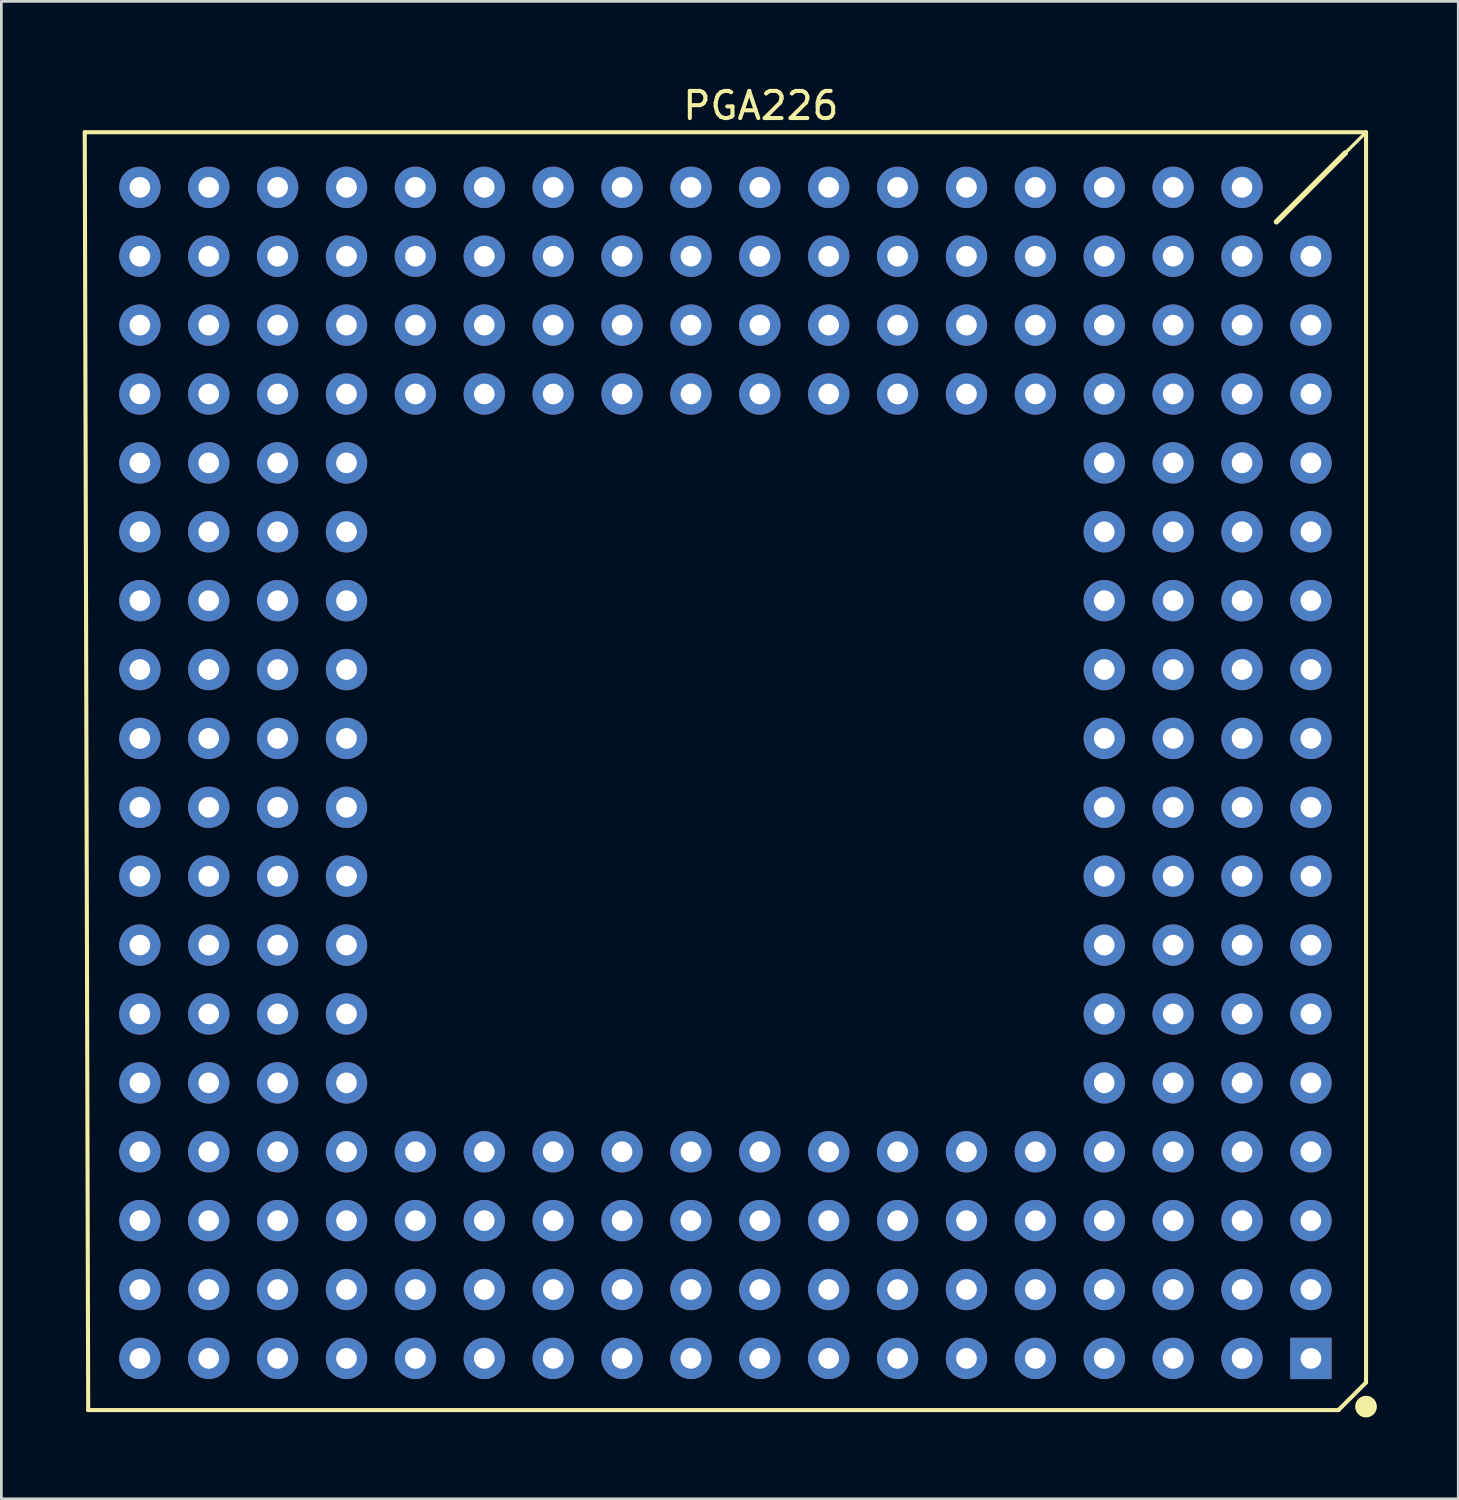
<source format=kicad_pcb>
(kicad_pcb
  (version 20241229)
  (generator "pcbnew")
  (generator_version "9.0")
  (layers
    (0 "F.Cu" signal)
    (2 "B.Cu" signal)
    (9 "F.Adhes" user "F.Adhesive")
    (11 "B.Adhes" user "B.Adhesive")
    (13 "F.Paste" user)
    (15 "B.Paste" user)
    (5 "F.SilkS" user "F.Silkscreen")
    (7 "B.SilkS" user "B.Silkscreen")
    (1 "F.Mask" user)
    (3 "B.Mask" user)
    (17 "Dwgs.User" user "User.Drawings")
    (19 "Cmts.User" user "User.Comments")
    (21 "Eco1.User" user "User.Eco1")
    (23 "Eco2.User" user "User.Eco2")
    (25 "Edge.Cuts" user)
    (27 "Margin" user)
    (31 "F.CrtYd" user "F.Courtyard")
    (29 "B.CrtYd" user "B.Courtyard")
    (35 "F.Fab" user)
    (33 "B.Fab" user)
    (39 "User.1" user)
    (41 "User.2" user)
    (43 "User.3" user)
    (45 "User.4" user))
  (footprint "PGA226"
    (layer "F.Cu")
    (at 22.427 8.938)
    (property "Reference" "PGA226" (at 2.578 -8.09 0) (layer "F.SilkS") (effects (font (size 1 1) (thickness 0.15))))
    (attr through_hole exclude_from_pos_files)
    (fp_line (start -22.225 40.005) (end -22.352 -7.112) (stroke (width 0.15) (type solid)) (layer "F.SilkS"))
    (fp_line (start 21.59 -3.81) (end 24.892 -7.112) (stroke (width 0.12) (type solid)) (layer "F.SilkS"))
    (fp_line (start 23.876 40.005) (end -22.225 40.005) (stroke (width 0.15) (type solid)) (layer "F.SilkS"))
    (fp_line (start 23.876 40.005) (end 24.892 38.989) (stroke (width 0.15) (type solid)) (layer "F.SilkS"))
    (fp_line (start 24.13 -6.35) (end 21.59 -3.81) (stroke (width 0.2) (type solid)) (layer "F.SilkS"))
    (fp_line (start 24.892 -7.112) (end -22.352 -7.112) (stroke (width 0.15) (type solid)) (layer "F.SilkS"))
    (fp_line (start 24.892 38.989) (end 24.892 -7.112) (stroke (width 0.15) (type solid)) (layer "F.SilkS"))
    (fp_circle (center 24.892 39.878) (end 25.092 39.878) (stroke (width 0.4) (type solid)) (fill no) (layer "F.SilkS"))
    (pad "0" thru_hole circle (at -10.16 30.48) (size 1.524 1.524) (drill 0.762) (layers "*.Cu" "*.Mask"))
    (pad "0" thru_hole circle (at -7.62 30.48) (size 1.524 1.524) (drill 0.762) (layers "*.Cu" "*.Mask"))
    (pad "0" thru_hole circle (at 12.7 30.48) (size 1.524 1.524) (drill 0.762) (layers "*.Cu" "*.Mask"))
    (pad "0" thru_hole circle (at 15.24 30.48) (size 1.524 1.524) (drill 0.762) (layers "*.Cu" "*.Mask"))
    (pad "1" thru_hole rect (at 22.86 38.1 180) (size 1.524 1.524) (drill 0.762) (layers "*.Cu" "*.Mask"))
    (pad "2" thru_hole circle (at 20.32 38.1 180) (size 1.524 1.524) (drill 0.762) (layers "*.Cu" "*.Mask"))
    (pad "3" thru_hole circle (at 17.78 38.1 180) (size 1.524 1.524) (drill 0.762) (layers "*.Cu" "*.Mask"))
    (pad "4" thru_hole circle (at 15.24 38.1 180) (size 1.524 1.524) (drill 0.762) (layers "*.Cu" "*.Mask"))
    (pad "5" thru_hole circle (at 12.7 38.1 180) (size 1.524 1.524) (drill 0.762) (layers "*.Cu" "*.Mask"))
    (pad "6" thru_hole circle (at 10.16 38.1 180) (size 1.524 1.524) (drill 0.762) (layers "*.Cu" "*.Mask"))
    (pad "7" thru_hole circle (at 7.62 38.1 180) (size 1.524 1.524) (drill 0.762) (layers "*.Cu" "*.Mask"))
    (pad "8" thru_hole circle (at 5.08 38.1 180) (size 1.524 1.524) (drill 0.762) (layers "*.Cu" "*.Mask"))
    (pad "9" thru_hole circle (at 2.54 38.1 180) (size 1.524 1.524) (drill 0.762) (layers "*.Cu" "*.Mask"))
    (pad "10" thru_hole circle (at 0 38.1 180) (size 1.524 1.524) (drill 0.762) (layers "*.Cu" "*.Mask"))
    (pad "11" thru_hole circle (at -2.54 38.1 180) (size 1.524 1.524) (drill 0.762) (layers "*.Cu" "*.Mask"))
    (pad "12" thru_hole circle (at -5.08 38.1 180) (size 1.524 1.524) (drill 0.762) (layers "*.Cu" "*.Mask"))
    (pad "13" thru_hole circle (at -7.62 38.1 180) (size 1.524 1.524) (drill 0.762) (layers "*.Cu" "*.Mask"))
    (pad "14" thru_hole circle (at -10.16 38.1 180) (size 1.524 1.524) (drill 0.762) (layers "*.Cu" "*.Mask"))
    (pad "15" thru_hole circle (at -12.7 38.1 180) (size 1.524 1.524) (drill 0.762) (layers "*.Cu" "*.Mask"))
    (pad "16" thru_hole circle (at -15.24 38.1 180) (size 1.524 1.524) (drill 0.762) (layers "*.Cu" "*.Mask"))
    (pad "17" thru_hole circle (at -17.78 38.1 180) (size 1.524 1.524) (drill 0.762) (layers "*.Cu" "*.Mask"))
    (pad "18" thru_hole circle (at -20.32 38.1 180) (size 1.524 1.524) (drill 0.762) (layers "*.Cu" "*.Mask"))
    (pad "19" thru_hole circle (at 22.86 35.56 180) (size 1.524 1.524) (drill 0.762) (layers "*.Cu" "*.Mask"))
    (pad "20" thru_hole circle (at -2.54 30.48) (size 1.524 1.524) (drill 0.762) (layers "*.Cu" "*.Mask"))
    (pad "20" thru_hole circle (at 2.54 30.48) (size 1.524 1.524) (drill 0.762) (layers "*.Cu" "*.Mask"))
    (pad "20" thru_hole circle (at 7.62 30.48) (size 1.524 1.524) (drill 0.762) (layers "*.Cu" "*.Mask"))
    (pad "20" thru_hole circle (at 10.16 30.48) (size 1.524 1.524) (drill 0.762) (layers "*.Cu" "*.Mask"))
    (pad "20" thru_hole circle (at 15.24 7.62) (size 1.524 1.524) (drill 0.762) (layers "*.Cu" "*.Mask"))
    (pad "20" thru_hole circle (at 15.24 10.16) (size 1.524 1.524) (drill 0.762) (layers "*.Cu" "*.Mask"))
    (pad "20" thru_hole circle (at 15.24 15.24) (size 1.524 1.524) (drill 0.762) (layers "*.Cu" "*.Mask"))
    (pad "20" thru_hole circle (at 20.32 35.56 180) (size 1.524 1.524) (drill 0.762) (layers "*.Cu" "*.Mask"))
    (pad "21" thru_hole circle (at 17.78 35.56 180) (size 1.524 1.524) (drill 0.762) (layers "*.Cu" "*.Mask"))
    (pad "22" thru_hole circle (at 15.24 35.56 180) (size 1.524 1.524) (drill 0.762) (layers "*.Cu" "*.Mask"))
    (pad "23" thru_hole circle (at 12.7 35.56 180) (size 1.524 1.524) (drill 0.762) (layers "*.Cu" "*.Mask"))
    (pad "24" thru_hole circle (at 10.16 35.56 180) (size 1.524 1.524) (drill 0.762) (layers "*.Cu" "*.Mask"))
    (pad "25" thru_hole circle (at 7.62 35.56 180) (size 1.524 1.524) (drill 0.762) (layers "*.Cu" "*.Mask"))
    (pad "26" thru_hole circle (at 5.08 35.56 180) (size 1.524 1.524) (drill 0.762) (layers "*.Cu" "*.Mask"))
    (pad "27" thru_hole circle (at 2.54 35.56 180) (size 1.524 1.524) (drill 0.762) (layers "*.Cu" "*.Mask"))
    (pad "28" thru_hole circle (at 0 35.56 180) (size 1.524 1.524) (drill 0.762) (layers "*.Cu" "*.Mask"))
    (pad "29" thru_hole circle (at -2.54 35.56 180) (size 1.524 1.524) (drill 0.762) (layers "*.Cu" "*.Mask"))
    (pad "30" thru_hole circle (at -5.08 35.56 180) (size 1.524 1.524) (drill 0.762) (layers "*.Cu" "*.Mask"))
    (pad "31" thru_hole circle (at -7.62 35.56 180) (size 1.524 1.524) (drill 0.762) (layers "*.Cu" "*.Mask"))
    (pad "32" thru_hole circle (at -10.16 35.56 180) (size 1.524 1.524) (drill 0.762) (layers "*.Cu" "*.Mask"))
    (pad "33" thru_hole circle (at -12.7 35.56 180) (size 1.524 1.524) (drill 0.762) (layers "*.Cu" "*.Mask"))
    (pad "34" thru_hole circle (at -15.24 35.56 180) (size 1.524 1.524) (drill 0.762) (layers "*.Cu" "*.Mask"))
    (pad "35" thru_hole circle (at -17.78 35.56 180) (size 1.524 1.524) (drill 0.762) (layers "*.Cu" "*.Mask"))
    (pad "36" thru_hole circle (at -20.32 35.56 180) (size 1.524 1.524) (drill 0.762) (layers "*.Cu" "*.Mask"))
    (pad "37" thru_hole circle (at 22.86 33.02 180) (size 1.524 1.524) (drill 0.762) (layers "*.Cu" "*.Mask"))
    (pad "38" thru_hole circle (at 20.32 33.02 180) (size 1.524 1.524) (drill 0.762) (layers "*.Cu" "*.Mask"))
    (pad "39" thru_hole circle (at 17.78 33.02 180) (size 1.524 1.524) (drill 0.762) (layers "*.Cu" "*.Mask"))
    (pad "40" thru_hole circle (at 15.24 33.02 180) (size 1.524 1.524) (drill 0.762) (layers "*.Cu" "*.Mask"))
    (pad "41" thru_hole circle (at 12.7 33.02 180) (size 1.524 1.524) (drill 0.762) (layers "*.Cu" "*.Mask"))
    (pad "42" thru_hole circle (at 10.16 33.02 180) (size 1.524 1.524) (drill 0.762) (layers "*.Cu" "*.Mask"))
    (pad "43" thru_hole circle (at 7.62 33.02 180) (size 1.524 1.524) (drill 0.762) (layers "*.Cu" "*.Mask"))
    (pad "44" thru_hole circle (at 5.08 33.02 180) (size 1.524 1.524) (drill 0.762) (layers "*.Cu" "*.Mask"))
    (pad "45" thru_hole circle (at 2.54 33.02 180) (size 1.524 1.524) (drill 0.762) (layers "*.Cu" "*.Mask"))
    (pad "46" thru_hole circle (at 0 33.02 180) (size 1.524 1.524) (drill 0.762) (layers "*.Cu" "*.Mask"))
    (pad "47" thru_hole circle (at -2.54 33.02 180) (size 1.524 1.524) (drill 0.762) (layers "*.Cu" "*.Mask"))
    (pad "48" thru_hole circle (at -5.08 33.02 180) (size 1.524 1.524) (drill 0.762) (layers "*.Cu" "*.Mask"))
    (pad "49" thru_hole circle (at -7.62 33.02 180) (size 1.524 1.524) (drill 0.762) (layers "*.Cu" "*.Mask"))
    (pad "50" thru_hole circle (at -10.16 33.02 180) (size 1.524 1.524) (drill 0.762) (layers "*.Cu" "*.Mask"))
    (pad "51" thru_hole circle (at -12.7 33.02 180) (size 1.524 1.524) (drill 0.762) (layers "*.Cu" "*.Mask"))
    (pad "52" thru_hole circle (at -15.24 33.02 180) (size 1.524 1.524) (drill 0.762) (layers "*.Cu" "*.Mask"))
    (pad "53" thru_hole circle (at -17.78 33.02 180) (size 1.524 1.524) (drill 0.762) (layers "*.Cu" "*.Mask"))
    (pad "54" thru_hole circle (at -20.32 33.02 180) (size 1.524 1.524) (drill 0.762) (layers "*.Cu" "*.Mask"))
    (pad "55" thru_hole circle (at 22.86 30.48 180) (size 1.524 1.524) (drill 0.762) (layers "*.Cu" "*.Mask"))
    (pad "56" thru_hole circle (at 20.32 30.48 180) (size 1.524 1.524) (drill 0.762) (layers "*.Cu" "*.Mask"))
    (pad "57" thru_hole circle (at 17.78 30.48 180) (size 1.524 1.524) (drill 0.762) (layers "*.Cu" "*.Mask"))
    (pad "58" thru_hole circle (at -15.24 30.48 180) (size 1.524 1.524) (drill 0.762) (layers "*.Cu" "*.Mask"))
    (pad "59" thru_hole circle (at -17.78 30.48 180) (size 1.524 1.524) (drill 0.762) (layers "*.Cu" "*.Mask"))
    (pad "60" thru_hole circle (at -20.32 30.48 180) (size 1.524 1.524) (drill 0.762) (layers "*.Cu" "*.Mask"))
    (pad "61" thru_hole circle (at 22.86 27.94 180) (size 1.524 1.524) (drill 0.762) (layers "*.Cu" "*.Mask"))
    (pad "62" thru_hole circle (at 20.32 27.94 180) (size 1.524 1.524) (drill 0.762) (layers "*.Cu" "*.Mask"))
    (pad "63" thru_hole circle (at 17.78 27.94 180) (size 1.524 1.524) (drill 0.762) (layers "*.Cu" "*.Mask"))
    (pad "64" thru_hole circle (at -15.24 27.94 180) (size 1.524 1.524) (drill 0.762) (layers "*.Cu" "*.Mask"))
    (pad "65" thru_hole circle (at -17.78 27.94 180) (size 1.524 1.524) (drill 0.762) (layers "*.Cu" "*.Mask"))
    (pad "66" thru_hole circle (at -20.32 27.94 180) (size 1.524 1.524) (drill 0.762) (layers "*.Cu" "*.Mask"))
    (pad "67" thru_hole circle (at 22.86 25.4 180) (size 1.524 1.524) (drill 0.762) (layers "*.Cu" "*.Mask"))
    (pad "68" thru_hole circle (at 20.32 25.4 180) (size 1.524 1.524) (drill 0.762) (layers "*.Cu" "*.Mask"))
    (pad "69" thru_hole circle (at 17.78 25.4 180) (size 1.524 1.524) (drill 0.762) (layers "*.Cu" "*.Mask"))
    (pad "70" thru_hole circle (at -15.24 25.4 180) (size 1.524 1.524) (drill 0.762) (layers "*.Cu" "*.Mask"))
    (pad "71" thru_hole circle (at -17.78 25.4 180) (size 1.524 1.524) (drill 0.762) (layers "*.Cu" "*.Mask"))
    (pad "72" thru_hole circle (at -20.32 25.4 180) (size 1.524 1.524) (drill 0.762) (layers "*.Cu" "*.Mask"))
    (pad "73" thru_hole circle (at 22.86 22.86 180) (size 1.524 1.524) (drill 0.762) (layers "*.Cu" "*.Mask"))
    (pad "74" thru_hole circle (at 20.32 22.86 180) (size 1.524 1.524) (drill 0.762) (layers "*.Cu" "*.Mask"))
    (pad "75" thru_hole circle (at 17.78 22.86 180) (size 1.524 1.524) (drill 0.762) (layers "*.Cu" "*.Mask"))
    (pad "76" thru_hole circle (at -15.24 22.86 180) (size 1.524 1.524) (drill 0.762) (layers "*.Cu" "*.Mask"))
    (pad "77" thru_hole circle (at -17.78 22.86 180) (size 1.524 1.524) (drill 0.762) (layers "*.Cu" "*.Mask"))
    (pad "78" thru_hole circle (at -20.32 22.86 180) (size 1.524 1.524) (drill 0.762) (layers "*.Cu" "*.Mask"))
    (pad "79" thru_hole circle (at 22.86 20.32 180) (size 1.524 1.524) (drill 0.762) (layers "*.Cu" "*.Mask"))
    (pad "80" thru_hole circle (at 20.32 20.32 180) (size 1.524 1.524) (drill 0.762) (layers "*.Cu" "*.Mask"))
    (pad "81" thru_hole circle (at 17.78 20.32 180) (size 1.524 1.524) (drill 0.762) (layers "*.Cu" "*.Mask"))
    (pad "82" thru_hole circle (at -15.24 20.32 180) (size 1.524 1.524) (drill 0.762) (layers "*.Cu" "*.Mask"))
    (pad "83" thru_hole circle (at -17.78 20.32 180) (size 1.524 1.524) (drill 0.762) (layers "*.Cu" "*.Mask"))
    (pad "84" thru_hole circle (at -20.32 20.32 180) (size 1.524 1.524) (drill 0.762) (layers "*.Cu" "*.Mask"))
    (pad "85" thru_hole circle (at 22.86 17.78 180) (size 1.524 1.524) (drill 0.762) (layers "*.Cu" "*.Mask"))
    (pad "86" thru_hole circle (at 20.32 17.78 180) (size 1.524 1.524) (drill 0.762) (layers "*.Cu" "*.Mask"))
    (pad "87" thru_hole circle (at 17.78 17.78 180) (size 1.524 1.524) (drill 0.762) (layers "*.Cu" "*.Mask"))
    (pad "88" thru_hole circle (at -15.24 17.78 180) (size 1.524 1.524) (drill 0.762) (layers "*.Cu" "*.Mask"))
    (pad "89" thru_hole circle (at -17.78 17.78 180) (size 1.524 1.524) (drill 0.762) (layers "*.Cu" "*.Mask"))
    (pad "90" thru_hole circle (at -20.32 17.78 180) (size 1.524 1.524) (drill 0.762) (layers "*.Cu" "*.Mask"))
    (pad "91" thru_hole circle (at 22.86 15.24 180) (size 1.524 1.524) (drill 0.762) (layers "*.Cu" "*.Mask"))
    (pad "92" thru_hole circle (at 20.32 15.24 180) (size 1.524 1.524) (drill 0.762) (layers "*.Cu" "*.Mask"))
    (pad "93" thru_hole circle (at 17.78 15.24 180) (size 1.524 1.524) (drill 0.762) (layers "*.Cu" "*.Mask"))
    (pad "94" thru_hole circle (at -15.24 15.24 180) (size 1.524 1.524) (drill 0.762) (layers "*.Cu" "*.Mask"))
    (pad "95" thru_hole circle (at -17.78 15.24 180) (size 1.524 1.524) (drill 0.762) (layers "*.Cu" "*.Mask"))
    (pad "96" thru_hole circle (at -20.32 15.24 180) (size 1.524 1.524) (drill 0.762) (layers "*.Cu" "*.Mask"))
    (pad "97" thru_hole circle (at 22.86 12.7 180) (size 1.524 1.524) (drill 0.762) (layers "*.Cu" "*.Mask"))
    (pad "98" thru_hole circle (at 20.32 12.7 180) (size 1.524 1.524) (drill 0.762) (layers "*.Cu" "*.Mask"))
    (pad "99" thru_hole circle (at 17.78 12.7 180) (size 1.524 1.524) (drill 0.762) (layers "*.Cu" "*.Mask"))
    (pad "100" thru_hole circle (at -15.24 12.7 180) (size 1.524 1.524) (drill 0.762) (layers "*.Cu" "*.Mask"))
    (pad "101" thru_hole circle (at -17.78 12.7 180) (size 1.524 1.524) (drill 0.762) (layers "*.Cu" "*.Mask"))
    (pad "102" thru_hole circle (at -20.32 12.7 180) (size 1.524 1.524) (drill 0.762) (layers "*.Cu" "*.Mask"))
    (pad "103" thru_hole circle (at 22.86 10.16 180) (size 1.524 1.524) (drill 0.762) (layers "*.Cu" "*.Mask"))
    (pad "104" thru_hole circle (at 20.32 10.16 180) (size 1.524 1.524) (drill 0.762) (layers "*.Cu" "*.Mask"))
    (pad "105" thru_hole circle (at 17.78 10.16 180) (size 1.524 1.524) (drill 0.762) (layers "*.Cu" "*.Mask"))
    (pad "106" thru_hole circle (at -15.24 10.16 180) (size 1.524 1.524) (drill 0.762) (layers "*.Cu" "*.Mask"))
    (pad "107" thru_hole circle (at -17.78 10.16 180) (size 1.524 1.524) (drill 0.762) (layers "*.Cu" "*.Mask"))
    (pad "108" thru_hole circle (at -20.32 10.16 180) (size 1.524 1.524) (drill 0.762) (layers "*.Cu" "*.Mask"))
    (pad "109" thru_hole circle (at 22.86 7.62 180) (size 1.524 1.524) (drill 0.762) (layers "*.Cu" "*.Mask"))
    (pad "110" thru_hole circle (at 20.32 7.62 180) (size 1.524 1.524) (drill 0.762) (layers "*.Cu" "*.Mask"))
    (pad "111" thru_hole circle (at 17.78 7.62 180) (size 1.524 1.524) (drill 0.762) (layers "*.Cu" "*.Mask"))
    (pad "112" thru_hole circle (at -15.24 7.62 180) (size 1.524 1.524) (drill 0.762) (layers "*.Cu" "*.Mask"))
    (pad "113" thru_hole circle (at -17.78 7.62 180) (size 1.524 1.524) (drill 0.762) (layers "*.Cu" "*.Mask"))
    (pad "114" thru_hole circle (at -20.32 7.62 180) (size 1.524 1.524) (drill 0.762) (layers "*.Cu" "*.Mask"))
    (pad "115" thru_hole circle (at 22.86 5.08 180) (size 1.524 1.524) (drill 0.762) (layers "*.Cu" "*.Mask"))
    (pad "116" thru_hole circle (at 20.32 5.08 180) (size 1.524 1.524) (drill 0.762) (layers "*.Cu" "*.Mask"))
    (pad "117" thru_hole circle (at 17.78 5.08 180) (size 1.524 1.524) (drill 0.762) (layers "*.Cu" "*.Mask"))
    (pad "118" thru_hole circle (at -15.24 5.08 180) (size 1.524 1.524) (drill 0.762) (layers "*.Cu" "*.Mask"))
    (pad "119" thru_hole circle (at -17.78 5.08 180) (size 1.524 1.524) (drill 0.762) (layers "*.Cu" "*.Mask"))
    (pad "120" thru_hole circle (at -20.32 5.08 180) (size 1.524 1.524) (drill 0.762) (layers "*.Cu" "*.Mask"))
    (pad "121" thru_hole circle (at 22.86 2.54 180) (size 1.524 1.524) (drill 0.762) (layers "*.Cu" "*.Mask"))
    (pad "122" thru_hole circle (at 20.32 2.54 180) (size 1.524 1.524) (drill 0.762) (layers "*.Cu" "*.Mask"))
    (pad "123" thru_hole circle (at 17.78 2.54 180) (size 1.524 1.524) (drill 0.762) (layers "*.Cu" "*.Mask"))
    (pad "124" thru_hole circle (at -15.24 2.54 180) (size 1.524 1.524) (drill 0.762) (layers "*.Cu" "*.Mask"))
    (pad "125" thru_hole circle (at -17.78 2.54 180) (size 1.524 1.524) (drill 0.762) (layers "*.Cu" "*.Mask"))
    (pad "126" thru_hole circle (at -20.32 2.54 180) (size 1.524 1.524) (drill 0.762) (layers "*.Cu" "*.Mask"))
    (pad "127" thru_hole circle (at 22.86 0 180) (size 1.524 1.524) (drill 0.762) (layers "*.Cu" "*.Mask"))
    (pad "128" thru_hole circle (at 20.32 0 180) (size 1.524 1.524) (drill 0.762) (layers "*.Cu" "*.Mask"))
    (pad "129" thru_hole circle (at 17.78 0 180) (size 1.524 1.524) (drill 0.762) (layers "*.Cu" "*.Mask"))
    (pad "130" thru_hole circle (at 15.24 0 180) (size 1.524 1.524) (drill 0.762) (layers "*.Cu" "*.Mask"))
    (pad "131" thru_hole circle (at 12.7 0 180) (size 1.524 1.524) (drill 0.762) (layers "*.Cu" "*.Mask"))
    (pad "132" thru_hole circle (at 10.16 0 180) (size 1.524 1.524) (drill 0.762) (layers "*.Cu" "*.Mask"))
    (pad "133" thru_hole circle (at 7.62 0 180) (size 1.524 1.524) (drill 0.762) (layers "*.Cu" "*.Mask"))
    (pad "134" thru_hole circle (at 5.08 0 180) (size 1.524 1.524) (drill 0.762) (layers "*.Cu" "*.Mask"))
    (pad "135" thru_hole circle (at 2.54 0 180) (size 1.524 1.524) (drill 0.762) (layers "*.Cu" "*.Mask"))
    (pad "136" thru_hole circle (at 0 0 180) (size 1.524 1.524) (drill 0.762) (layers "*.Cu" "*.Mask"))
    (pad "137" thru_hole circle (at -2.54 0 180) (size 1.524 1.524) (drill 0.762) (layers "*.Cu" "*.Mask"))
    (pad "138" thru_hole circle (at -5.08 0 180) (size 1.524 1.524) (drill 0.762) (layers "*.Cu" "*.Mask"))
    (pad "139" thru_hole circle (at -7.62 0 180) (size 1.524 1.524) (drill 0.762) (layers "*.Cu" "*.Mask"))
    (pad "140" thru_hole circle (at -10.16 0 180) (size 1.524 1.524) (drill 0.762) (layers "*.Cu" "*.Mask"))
    (pad "141" thru_hole circle (at -12.7 0 180) (size 1.524 1.524) (drill 0.762) (layers "*.Cu" "*.Mask"))
    (pad "142" thru_hole circle (at -15.24 0 180) (size 1.524 1.524) (drill 0.762) (layers "*.Cu" "*.Mask"))
    (pad "143" thru_hole circle (at -17.78 0 180) (size 1.524 1.524) (drill 0.762) (layers "*.Cu" "*.Mask"))
    (pad "144" thru_hole circle (at -20.32 0 180) (size 1.524 1.524) (drill 0.762) (layers "*.Cu" "*.Mask"))
    (pad "145" thru_hole circle (at 22.86 -2.54 180) (size 1.524 1.524) (drill 0.762) (layers "*.Cu" "*.Mask"))
    (pad "146" thru_hole circle (at 20.32 -2.54 180) (size 1.524 1.524) (drill 0.762) (layers "*.Cu" "*.Mask"))
    (pad "147" thru_hole circle (at 17.78 -2.54 180) (size 1.524 1.524) (drill 0.762) (layers "*.Cu" "*.Mask"))
    (pad "148" thru_hole circle (at 15.24 -2.54 180) (size 1.524 1.524) (drill 0.762) (layers "*.Cu" "*.Mask"))
    (pad "149" thru_hole circle (at 12.7 -2.54 180) (size 1.524 1.524) (drill 0.762) (layers "*.Cu" "*.Mask"))
    (pad "150" thru_hole circle (at 10.16 -2.54 180) (size 1.524 1.524) (drill 0.762) (layers "*.Cu" "*.Mask"))
    (pad "151" thru_hole circle (at 7.62 -2.54 180) (size 1.524 1.524) (drill 0.762) (layers "*.Cu" "*.Mask"))
    (pad "152" thru_hole circle (at 5.08 -2.54 180) (size 1.524 1.524) (drill 0.762) (layers "*.Cu" "*.Mask"))
    (pad "153" thru_hole circle (at 2.54 -2.54 180) (size 1.524 1.524) (drill 0.762) (layers "*.Cu" "*.Mask"))
    (pad "154" thru_hole circle (at 0 -2.54 180) (size 1.524 1.524) (drill 0.762) (layers "*.Cu" "*.Mask"))
    (pad "155" thru_hole circle (at -2.54 -2.54 180) (size 1.524 1.524) (drill 0.762) (layers "*.Cu" "*.Mask"))
    (pad "156" thru_hole circle (at -5.08 -2.54 180) (size 1.524 1.524) (drill 0.762) (layers "*.Cu" "*.Mask"))
    (pad "157" thru_hole circle (at -7.62 -2.54 180) (size 1.524 1.524) (drill 0.762) (layers "*.Cu" "*.Mask"))
    (pad "158" thru_hole circle (at -10.16 -2.54 180) (size 1.524 1.524) (drill 0.762) (layers "*.Cu" "*.Mask"))
    (pad "159" thru_hole circle (at -12.7 -2.54 180) (size 1.524 1.524) (drill 0.762) (layers "*.Cu" "*.Mask"))
    (pad "160" thru_hole circle (at -15.24 -2.54 180) (size 1.524 1.524) (drill 0.762) (layers "*.Cu" "*.Mask"))
    (pad "161" thru_hole circle (at -17.78 -2.54 180) (size 1.524 1.524) (drill 0.762) (layers "*.Cu" "*.Mask"))
    (pad "162" thru_hole circle (at -20.32 -2.54 180) (size 1.524 1.524) (drill 0.762) (layers "*.Cu" "*.Mask"))
    (pad "163" thru_hole circle (at 20.32 -5.08 180) (size 1.524 1.524) (drill 0.762) (layers "*.Cu" "*.Mask"))
    (pad "164" thru_hole circle (at 17.78 -5.08 180) (size 1.524 1.524) (drill 0.762) (layers "*.Cu" "*.Mask"))
    (pad "165" thru_hole circle (at 15.24 -5.08 180) (size 1.524 1.524) (drill 0.762) (layers "*.Cu" "*.Mask"))
    (pad "166" thru_hole circle (at 12.7 -5.08 180) (size 1.524 1.524) (drill 0.762) (layers "*.Cu" "*.Mask"))
    (pad "167" thru_hole circle (at 10.16 -5.08 180) (size 1.524 1.524) (drill 0.762) (layers "*.Cu" "*.Mask"))
    (pad "168" thru_hole circle (at 7.62 -5.08 180) (size 1.524 1.524) (drill 0.762) (layers "*.Cu" "*.Mask"))
    (pad "169" thru_hole circle (at 5.08 -5.08 180) (size 1.524 1.524) (drill 0.762) (layers "*.Cu" "*.Mask"))
    (pad "170" thru_hole circle (at 2.54 -5.08 180) (size 1.524 1.524) (drill 0.762) (layers "*.Cu" "*.Mask"))
    (pad "171" thru_hole circle (at 0 -5.08 180) (size 1.524 1.524) (drill 0.762) (layers "*.Cu" "*.Mask"))
    (pad "172" thru_hole circle (at -2.54 -5.08 180) (size 1.524 1.524) (drill 0.762) (layers "*.Cu" "*.Mask"))
    (pad "173" thru_hole circle (at -5.08 -5.08 180) (size 1.524 1.524) (drill 0.762) (layers "*.Cu" "*.Mask"))
    (pad "174" thru_hole circle (at -7.62 -5.08 180) (size 1.524 1.524) (drill 0.762) (layers "*.Cu" "*.Mask"))
    (pad "175" thru_hole circle (at -10.16 -5.08 180) (size 1.524 1.524) (drill 0.762) (layers "*.Cu" "*.Mask"))
    (pad "176" thru_hole circle (at -12.7 -5.08 180) (size 1.524 1.524) (drill 0.762) (layers "*.Cu" "*.Mask"))
    (pad "177" thru_hole circle (at -15.24 -5.08 180) (size 1.524 1.524) (drill 0.762) (layers "*.Cu" "*.Mask"))
    (pad "178" thru_hole circle (at -17.78 -5.08 180) (size 1.524 1.524) (drill 0.762) (layers "*.Cu" "*.Mask"))
    (pad "179" thru_hole circle (at -20.32 -5.08 180) (size 1.524 1.524) (drill 0.762) (layers "*.Cu" "*.Mask"))
    (pad "180" thru_hole circle (at 5.08 30.48 180) (size 1.524 1.524) (drill 0.762) (layers "*.Cu" "*.Mask"))
    (pad "181" thru_hole circle (at 0 30.48 180) (size 1.524 1.524) (drill 0.762) (layers "*.Cu" "*.Mask"))
    (pad "182" thru_hole circle (at -5.08 30.48 180) (size 1.524 1.524) (drill 0.762) (layers "*.Cu" "*.Mask"))
    (pad "183" thru_hole circle (at -12.7 30.48 180) (size 1.524 1.524) (drill 0.762) (layers "*.Cu" "*.Mask"))
    (pad "184" thru_hole circle (at 15.24 27.94 180) (size 1.524 1.524) (drill 0.762) (layers "*.Cu" "*.Mask"))
    (pad "185" thru_hole circle (at -12.7 27.94 180) (size 1.524 1.524) (drill 0.762) (layers "*.Cu" "*.Mask"))
    (pad "186" thru_hole circle (at 15.24 25.4 180) (size 1.524 1.524) (drill 0.762) (layers "*.Cu" "*.Mask"))
    (pad "187" thru_hole circle (at -12.7 25.4 180) (size 1.524 1.524) (drill 0.762) (layers "*.Cu" "*.Mask"))
    (pad "188" thru_hole circle (at 15.24 22.86 180) (size 1.524 1.524) (drill 0.762) (layers "*.Cu" "*.Mask"))
    (pad "189" thru_hole circle (at -12.7 22.86 180) (size 1.524 1.524) (drill 0.762) (layers "*.Cu" "*.Mask"))
    (pad "190" thru_hole circle (at 15.24 20.32 180) (size 1.524 1.524) (drill 0.762) (layers "*.Cu" "*.Mask"))
    (pad "191" thru_hole circle (at -12.7 20.32 180) (size 1.524 1.524) (drill 0.762) (layers "*.Cu" "*.Mask"))
    (pad "192" thru_hole circle (at 15.24 17.78 180) (size 1.524 1.524) (drill 0.762) (layers "*.Cu" "*.Mask"))
    (pad "193" thru_hole circle (at -12.7 17.78 180) (size 1.524 1.524) (drill 0.762) (layers "*.Cu" "*.Mask"))
    (pad "194" thru_hole circle (at -12.7 15.24 180) (size 1.524 1.524) (drill 0.762) (layers "*.Cu" "*.Mask"))
    (pad "195" thru_hole circle (at 15.24 12.7 180) (size 1.524 1.524) (drill 0.762) (layers "*.Cu" "*.Mask"))
    (pad "196" thru_hole circle (at -12.7 12.7 180) (size 1.524 1.524) (drill 0.762) (layers "*.Cu" "*.Mask"))
    (pad "197" thru_hole circle (at -12.7 10.16 180) (size 1.524 1.524) (drill 0.762) (layers "*.Cu" "*.Mask"))
    (pad "198" thru_hole circle (at -12.7 7.62 180) (size 1.524 1.524) (drill 0.762) (layers "*.Cu" "*.Mask"))
    (pad "199" thru_hole circle (at 15.24 5.08 180) (size 1.524 1.524) (drill 0.762) (layers "*.Cu" "*.Mask"))
    (pad "200" thru_hole circle (at -12.7 5.08 180) (size 1.524 1.524) (drill 0.762) (layers "*.Cu" "*.Mask"))
    (pad "201" thru_hole circle (at 15.24 2.54 180) (size 1.524 1.524) (drill 0.762) (layers "*.Cu" "*.Mask"))
    (pad "202" thru_hole circle (at 12.7 2.54 180) (size 1.524 1.524) (drill 0.762) (layers "*.Cu" "*.Mask"))
    (pad "203" thru_hole circle (at 10.16 2.54 180) (size 1.524 1.524) (drill 0.762) (layers "*.Cu" "*.Mask"))
    (pad "204" thru_hole circle (at 7.62 2.54 180) (size 1.524 1.524) (drill 0.762) (layers "*.Cu" "*.Mask"))
    (pad "205" thru_hole circle (at 5.08 2.54 180) (size 1.524 1.524) (drill 0.762) (layers "*.Cu" "*.Mask"))
    (pad "206" thru_hole circle (at 2.54 2.54 180) (size 1.524 1.524) (drill 0.762) (layers "*.Cu" "*.Mask"))
    (pad "207" thru_hole circle (at 0 2.54 180) (size 1.524 1.524) (drill 0.762) (layers "*.Cu" "*.Mask"))
    (pad "208" thru_hole circle (at -2.54 2.54 180) (size 1.524 1.524) (drill 0.762) (layers "*.Cu" "*.Mask"))
    (pad "209" thru_hole circle (at -5.08 2.54 180) (size 1.524 1.524) (drill 0.762) (layers "*.Cu" "*.Mask"))
    (pad "210" thru_hole circle (at -7.62 2.54 180) (size 1.524 1.524) (drill 0.762) (layers "*.Cu" "*.Mask"))
    (pad "211" thru_hole circle (at -10.16 2.54 180) (size 1.524 1.524) (drill 0.762) (layers "*.Cu" "*.Mask"))
    (pad "212" thru_hole circle (at -12.7 2.54 180) (size 1.524 1.524) (drill 0.762) (layers "*.Cu" "*.Mask")))
  (gr_rect
    (start -3 -3)
    (end 50.719 52.216)
    (stroke (width 0.1) (type default))
    (fill no)
    (layer "Edge.Cuts")))
</source>
